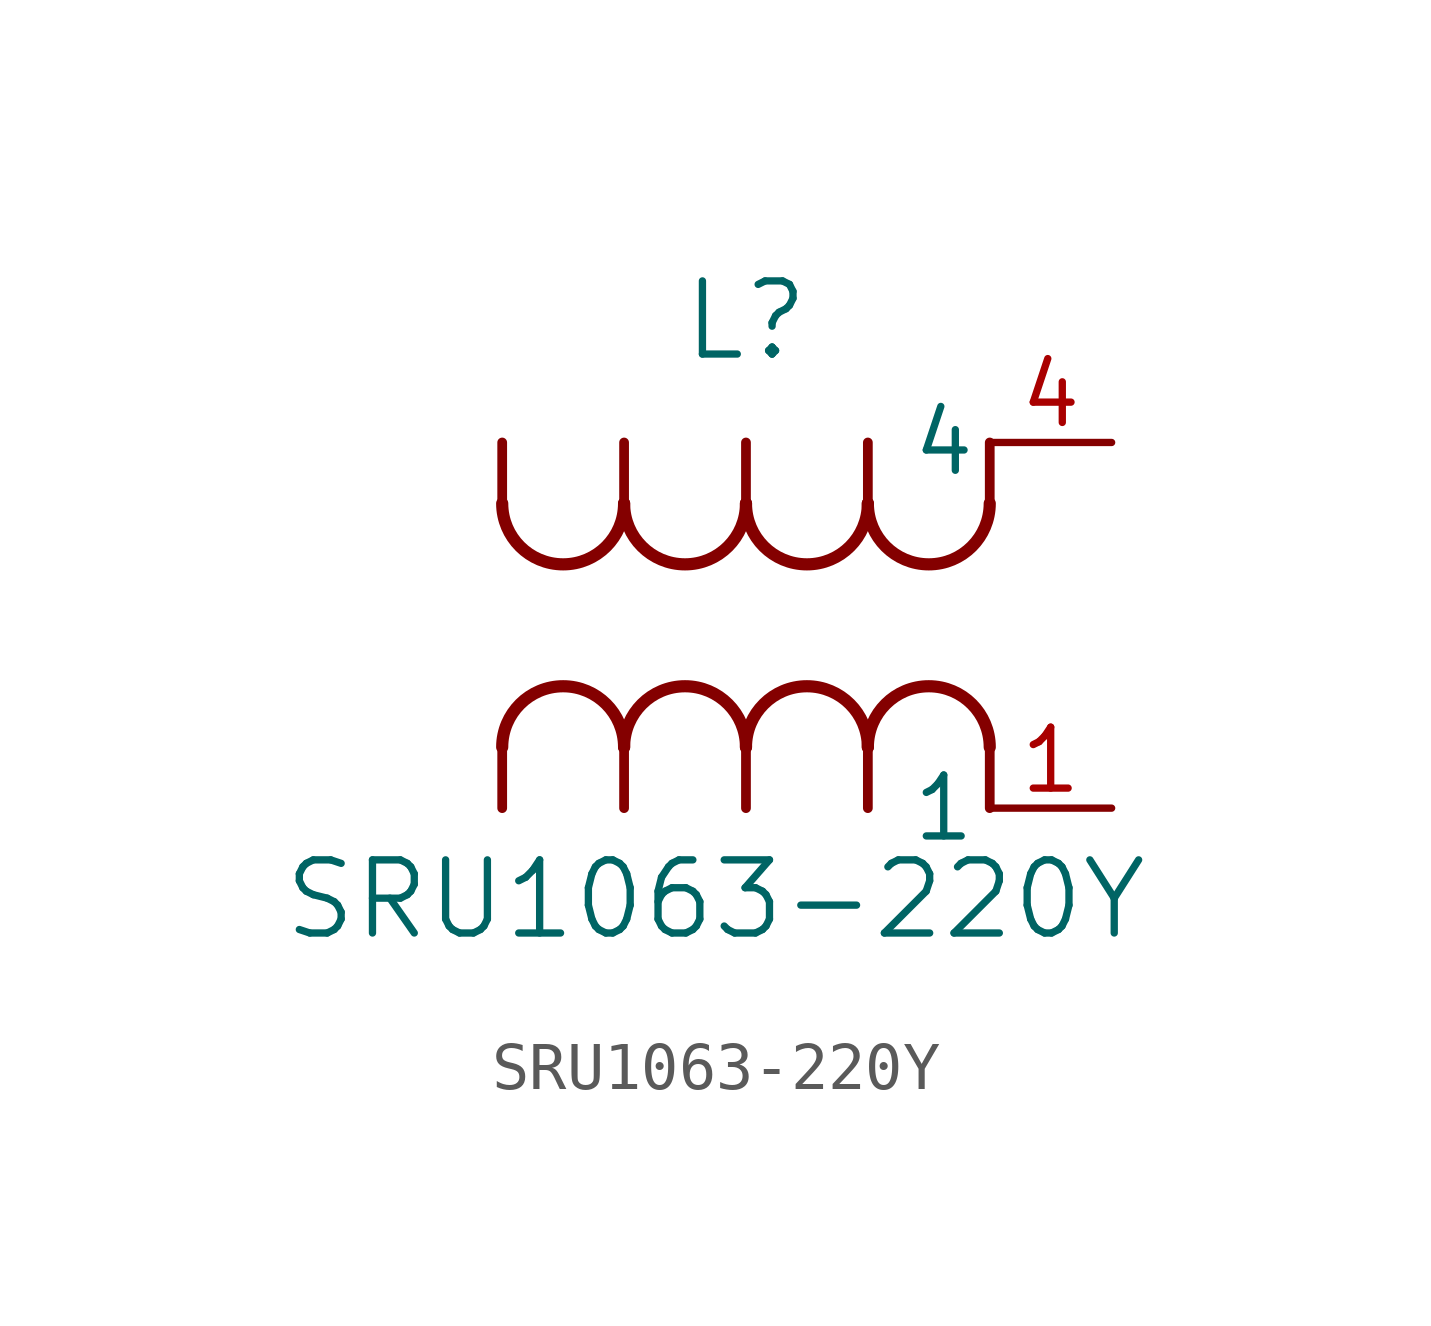
<source format=kicad_sym>
(kicad_symbol_lib
  (version 20211014)
  (generator kicad_symbol_editor)
  (symbol "SRU1063-220Y"
    (pin_names
      (offset 0.254))
    (property "Reference" "L"
      (at 7.62 10.16 0)
      (effects (font (size 1.524 1.524))))
    (property "Value" "SRU1063-220Y"
      (at 6.985 -1.905 0)
      (effects (font (size 1.524 1.524))))
    (symbol "SRU1063-220Y_0_1"
      (arc (start 7.62 1.27) (mid 6.35 2.54) (end 5.08 1.27) (stroke (width 0.254) (type default) (color 0 0 0 0)) (fill (type none)))
      (polyline (pts (xy 5.08 0) (xy 5.08 1.27)) (stroke (width 0.203) (type default) (color 0 0 0 0)) (fill (type none)))
      (polyline (pts (xy 7.62 0) (xy 7.62 1.27)) (stroke (width 0.203) (type default) (color 0 0 0 0)) (fill (type none)))
      (polyline (pts (xy 12.7 0) (xy 12.7 1.27)) (stroke (width 0.203) (type default) (color 0 0 0 0)) (fill (type none)))
      (arc (start 5.08 1.27) (mid 3.81 2.54) (end 2.54 1.27) (stroke (width 0.254) (type default) (color 0 0 0 0)) (fill (type none)))
      (arc (start 10.16 1.27) (mid 8.89 2.54) (end 7.62 1.27) (stroke (width 0.254) (type default) (color 0 0 0 0)) (fill (type none)))
      (arc (start 12.7 1.27) (mid 11.43 2.54) (end 10.16 1.27) (stroke (width 0.254) (type default) (color 0 0 0 0)) (fill (type none)))
      (polyline (pts (xy 2.54 0) (xy 2.54 1.27)) (stroke (width 0.203) (type default) (color 0 0 0 0)) (fill (type none)))
      (polyline (pts (xy 10.16 0) (xy 10.16 1.27)) (stroke (width 0.203) (type default) (color 0 0 0 0)) (fill (type none)))
      (arc (start 5.08 6.35) (mid 6.35 5.08) (end 7.62 6.35) (stroke (width 0.254) (type default) (color 0 0 0 0)) (fill (type none)))
      (polyline (pts (xy 5.08 7.62) (xy 5.08 6.35)) (stroke (width 0.203) (type default) (color 0 0 0 0)) (fill (type none)))
      (polyline (pts (xy 7.62 7.62) (xy 7.62 6.35)) (stroke (width 0.203) (type default) (color 0 0 0 0)) (fill (type none)))
      (polyline (pts (xy 12.7 7.62) (xy 12.7 6.35)) (stroke (width 0.203) (type default) (color 0 0 0 0)) (fill (type none)))
      (arc (start 2.54 6.35) (mid 3.81 5.08) (end 5.08 6.35) (stroke (width 0.254) (type default) (color 0 0 0 0)) (fill (type none)))
      (arc (start 7.62 6.35) (mid 8.89 5.08) (end 10.16 6.35) (stroke (width 0.254) (type default) (color 0 0 0 0)) (fill (type none)))
      (arc (start 10.16 6.35) (mid 11.43 5.08) (end 12.7 6.35) (stroke (width 0.254) (type default) (color 0 0 0 0)) (fill (type none)))
      (polyline (pts (xy 2.54 7.62) (xy 2.54 6.35)) (stroke (width 0.203) (type default) (color 0 0 0 0)) (fill (type none)))
      (polyline (pts (xy 10.16 7.62) (xy 10.16 6.35)) (stroke (width 0.203) (type default) (color 0 0 0 0)) (fill (type none)))
      (pin unspecified line (at 15.24 0 180) (length 2.54) (name "1" (effects (font (size 1.27 1.27)))) (number "1" (effects (font (size 1.27 1.27)))))
      (pin unspecified line (at 15.24 7.62 180) (length 2.54) (name "4" (effects (font (size 1.27 1.27)))) (number "4" (effects (font (size 1.27 1.27))))))))
</source>
